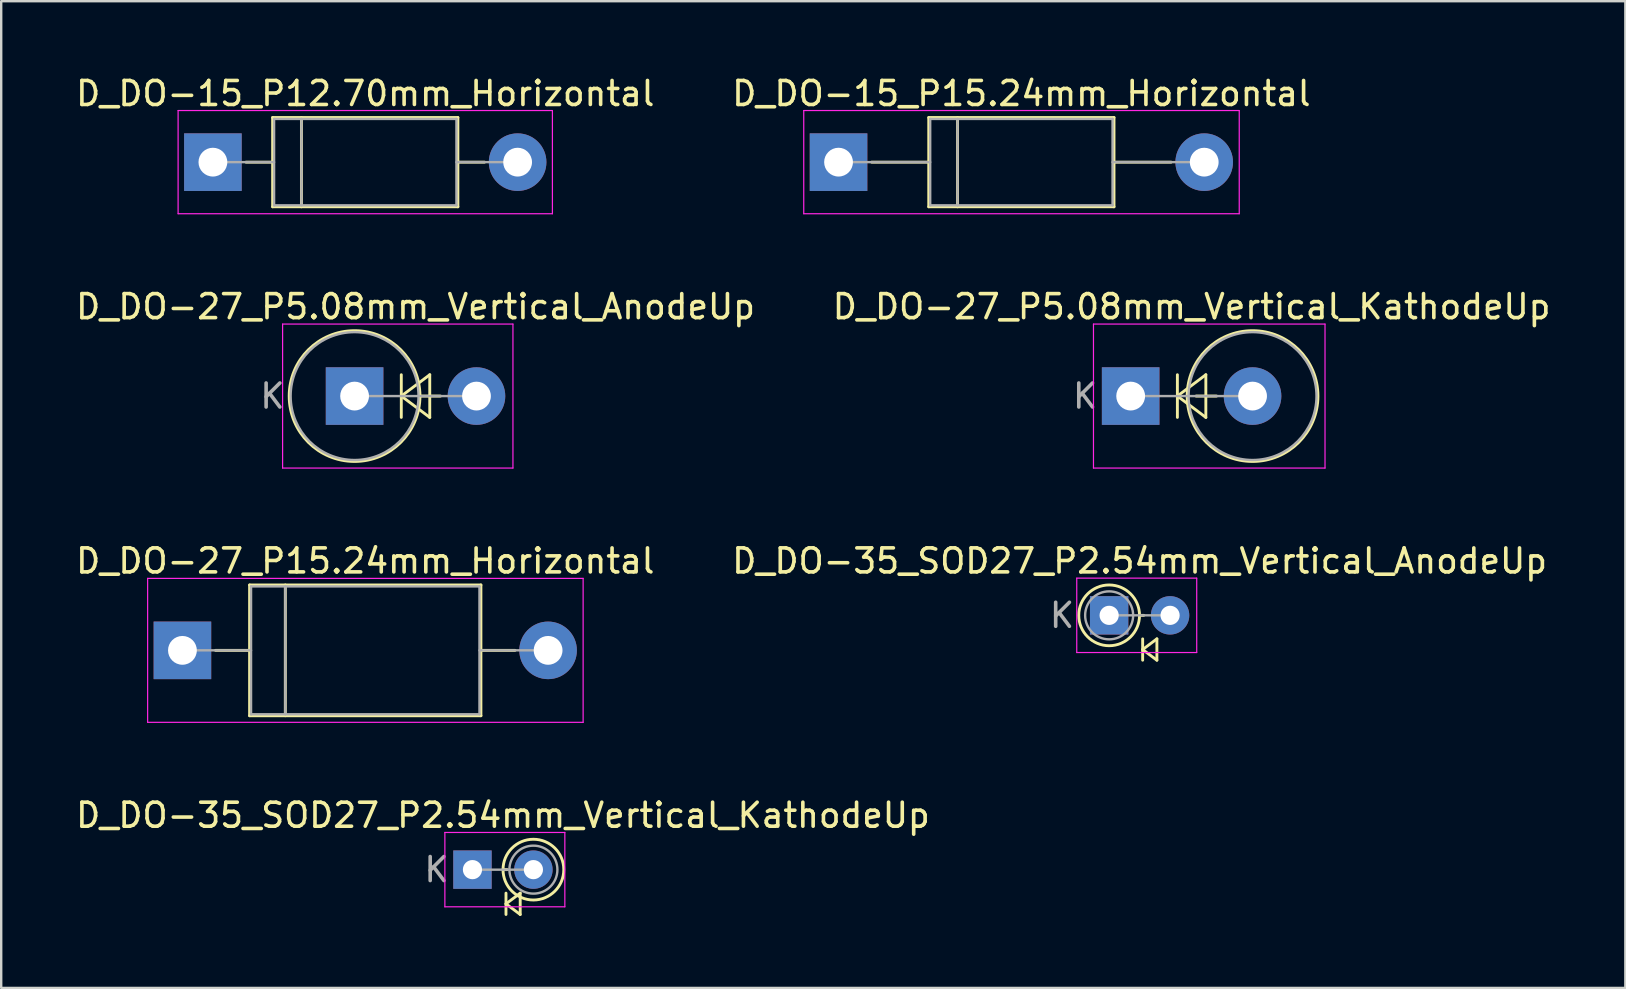
<source format=kicad_pcb>
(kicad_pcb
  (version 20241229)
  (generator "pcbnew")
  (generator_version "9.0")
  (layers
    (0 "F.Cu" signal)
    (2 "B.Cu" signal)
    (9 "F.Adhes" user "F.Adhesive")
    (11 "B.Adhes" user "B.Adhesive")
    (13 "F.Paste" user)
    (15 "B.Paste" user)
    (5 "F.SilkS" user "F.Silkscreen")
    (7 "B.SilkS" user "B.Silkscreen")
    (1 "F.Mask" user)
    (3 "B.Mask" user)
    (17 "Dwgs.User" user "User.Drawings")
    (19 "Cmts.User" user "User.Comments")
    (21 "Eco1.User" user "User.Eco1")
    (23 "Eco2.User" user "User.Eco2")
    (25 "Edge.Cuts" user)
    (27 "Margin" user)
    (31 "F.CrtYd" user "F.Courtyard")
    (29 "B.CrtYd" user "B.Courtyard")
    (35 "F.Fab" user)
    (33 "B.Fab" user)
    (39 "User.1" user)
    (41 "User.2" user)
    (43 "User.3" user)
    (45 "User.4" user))
  (footprint "D_DO-35_SOD27_P2.54mm_Vertical_AnodeUp"
    (layer "F.Cu")
    (at 43.176 22.596)
    (property "Reference" "D_DO-35_SOD27_P2.54mm_Vertical_AnodeUp" (at 1.27 -2.266 0) (layer "F.SilkS") (effects (font (size 1 1) (thickness 0.15))))
    (attr through_hole)
    (fp_line (start 1.266 0) (end 1.44 0) (stroke (width 0.12) (type solid)) (layer "F.SilkS"))
    (fp_line (start 1.397 0.98) (end 1.397 1.869) (stroke (width 0.12) (type solid)) (layer "F.SilkS"))
    (fp_line (start 1.397 1.425) (end 1.99 0.98) (stroke (width 0.12) (type solid)) (layer "F.SilkS"))
    (fp_line (start 1.99 0.98) (end 1.99 1.869) (stroke (width 0.12) (type solid)) (layer "F.SilkS"))
    (fp_line (start 1.99 1.869) (end 1.397 1.425) (stroke (width 0.12) (type solid)) (layer "F.SilkS"))
    (fp_circle (center 0 0) (end 1.266 0) (stroke (width 0.12) (type solid)) (fill no) (layer "F.SilkS"))
    (fp_line (start -1.35 -1.55) (end -1.35 1.55) (stroke (width 0.05) (type solid)) (layer "F.CrtYd"))
    (fp_line (start -1.35 1.55) (end 3.65 1.55) (stroke (width 0.05) (type solid)) (layer "F.CrtYd"))
    (fp_line (start 3.65 -1.55) (end -1.35 -1.55) (stroke (width 0.05) (type solid)) (layer "F.CrtYd"))
    (fp_line (start 3.65 1.55) (end 3.65 -1.55) (stroke (width 0.05) (type solid)) (layer "F.CrtYd"))
    (fp_line (start 0 0) (end 2.54 0) (stroke (width 0.1) (type solid)) (layer "F.Fab"))
    (fp_circle (center 0 0) (end 1 0) (stroke (width 0.1) (type solid)) (fill no) (layer "F.Fab"))
    (fp_text user "K" (at -1.966 0 0) (layer "F.Fab") (effects (font (size 1 1) (thickness 0.15))))
    (pad "1" thru_hole rect (at 0 0) (size 1.6 1.6) (drill 0.8) (layers "*.Cu" "*.Mask"))
    (pad "2" thru_hole oval (at 2.54 0) (size 1.6 1.6) (drill 0.8) (layers "*.Cu" "*.Mask")))
  (footprint "D_DO-27_P15.24mm_Horizontal"
    (layer "F.Cu")
    (at 4.553 24.055)
    (property "Reference" "D_DO-27_P15.24mm_Horizontal" (at 7.62 -3.725 0) (layer "F.SilkS") (effects (font (size 1 1) (thickness 0.15))))
    (attr through_hole)
    (fp_line (start 1.38 0) (end 2.8 0) (stroke (width 0.12) (type solid)) (layer "F.SilkS"))
    (fp_line (start 2.8 -2.725) (end 2.8 2.725) (stroke (width 0.12) (type solid)) (layer "F.SilkS"))
    (fp_line (start 2.8 2.725) (end 12.44 2.725) (stroke (width 0.12) (type solid)) (layer "F.SilkS"))
    (fp_line (start 4.288 -2.725) (end 4.288 2.725) (stroke (width 0.12) (type solid)) (layer "F.SilkS"))
    (fp_line (start 12.44 -2.725) (end 2.8 -2.725) (stroke (width 0.12) (type solid)) (layer "F.SilkS"))
    (fp_line (start 12.44 2.725) (end 12.44 -2.725) (stroke (width 0.12) (type solid)) (layer "F.SilkS"))
    (fp_line (start 13.86 0) (end 12.44 0) (stroke (width 0.12) (type solid)) (layer "F.SilkS"))
    (fp_line (start -1.45 -3) (end -1.45 3) (stroke (width 0.05) (type solid)) (layer "F.CrtYd"))
    (fp_line (start -1.45 3) (end 16.7 3) (stroke (width 0.05) (type solid)) (layer "F.CrtYd"))
    (fp_line (start 16.7 -3) (end -1.45 -3) (stroke (width 0.05) (type solid)) (layer "F.CrtYd"))
    (fp_line (start 16.7 3) (end 16.7 -3) (stroke (width 0.05) (type solid)) (layer "F.CrtYd"))
    (fp_line (start 0 0) (end 2.86 0) (stroke (width 0.1) (type solid)) (layer "F.Fab"))
    (fp_line (start 2.86 -2.665) (end 2.86 2.665) (stroke (width 0.1) (type solid)) (layer "F.Fab"))
    (fp_line (start 2.86 2.665) (end 12.38 2.665) (stroke (width 0.1) (type solid)) (layer "F.Fab"))
    (fp_line (start 4.288 -2.665) (end 4.288 2.665) (stroke (width 0.1) (type solid)) (layer "F.Fab"))
    (fp_line (start 12.38 -2.665) (end 2.86 -2.665) (stroke (width 0.1) (type solid)) (layer "F.Fab"))
    (fp_line (start 12.38 2.665) (end 12.38 -2.665) (stroke (width 0.1) (type solid)) (layer "F.Fab"))
    (fp_line (start 15.24 0) (end 12.38 0) (stroke (width 0.1) (type solid)) (layer "F.Fab"))
    (pad "1" thru_hole rect (at 0 0) (size 2.4 2.4) (drill 1.2) (layers "*.Cu" "*.Mask"))
    (pad "2" thru_hole oval (at 15.24 0) (size 2.4 2.4) (drill 1.2) (layers "*.Cu" "*.Mask")))
  (footprint "D_DO-27_P5.08mm_Vertical_AnodeUp"
    (layer "F.Cu")
    (at 11.728 13.457)
    (property "Reference" "D_DO-27_P5.08mm_Vertical_AnodeUp" (at 2.54 -3.725 0) (layer "F.SilkS") (effects (font (size 1 1) (thickness 0.15))))
    (attr through_hole)
    (fp_line (start 1.947 -0.889) (end 1.947 0.889) (stroke (width 0.12) (type solid)) (layer "F.SilkS"))
    (fp_line (start 1.947 0) (end 3.133 -0.889) (stroke (width 0.12) (type solid)) (layer "F.SilkS"))
    (fp_line (start 2.725 0) (end 3.58 0) (stroke (width 0.12) (type solid)) (layer "F.SilkS"))
    (fp_line (start 3.133 -0.889) (end 3.133 0.889) (stroke (width 0.12) (type solid)) (layer "F.SilkS"))
    (fp_line (start 3.133 0.889) (end 1.947 0) (stroke (width 0.12) (type solid)) (layer "F.SilkS"))
    (fp_circle (center 0 0) (end 2.725 0) (stroke (width 0.12) (type solid)) (fill no) (layer "F.SilkS"))
    (fp_line (start -3 -3) (end -3 3) (stroke (width 0.05) (type solid)) (layer "F.CrtYd"))
    (fp_line (start -3 3) (end 6.6 3) (stroke (width 0.05) (type solid)) (layer "F.CrtYd"))
    (fp_line (start 6.6 -3) (end -3 -3) (stroke (width 0.05) (type solid)) (layer "F.CrtYd"))
    (fp_line (start 6.6 3) (end 6.6 -3) (stroke (width 0.05) (type solid)) (layer "F.CrtYd"))
    (fp_line (start 0 0) (end 5.08 0) (stroke (width 0.1) (type solid)) (layer "F.Fab"))
    (fp_circle (center 0 0) (end 2.665 0) (stroke (width 0.1) (type solid)) (fill no) (layer "F.Fab"))
    (fp_text user "K" (at -3.425 0 0) (layer "F.Fab") (effects (font (size 1 1) (thickness 0.15))))
    (pad "1" thru_hole rect (at 0 0) (size 2.4 2.4) (drill 1.2) (layers "*.Cu" "*.Mask"))
    (pad "2" thru_hole oval (at 5.08 0) (size 2.4 2.4) (drill 1.2) (layers "*.Cu" "*.Mask")))
  (footprint "D_DO-15_P15.24mm_Horizontal"
    (layer "F.Cu")
    (at 31.898 3.708)
    (property "Reference" "D_DO-15_P15.24mm_Horizontal" (at 7.62 -2.86 0) (layer "F.SilkS") (effects (font (size 1 1) (thickness 0.15))))
    (attr through_hole)
    (fp_line (start 1.38 0) (end 3.76 0) (stroke (width 0.12) (type solid)) (layer "F.SilkS"))
    (fp_line (start 3.76 -1.86) (end 3.76 1.86) (stroke (width 0.12) (type solid)) (layer "F.SilkS"))
    (fp_line (start 3.76 1.86) (end 11.48 1.86) (stroke (width 0.12) (type solid)) (layer "F.SilkS"))
    (fp_line (start 4.96 -1.86) (end 4.96 1.86) (stroke (width 0.12) (type solid)) (layer "F.SilkS"))
    (fp_line (start 11.48 -1.86) (end 3.76 -1.86) (stroke (width 0.12) (type solid)) (layer "F.SilkS"))
    (fp_line (start 11.48 1.86) (end 11.48 -1.86) (stroke (width 0.12) (type solid)) (layer "F.SilkS"))
    (fp_line (start 13.86 0) (end 11.48 0) (stroke (width 0.12) (type solid)) (layer "F.SilkS"))
    (fp_line (start -1.45 -2.15) (end -1.45 2.15) (stroke (width 0.05) (type solid)) (layer "F.CrtYd"))
    (fp_line (start -1.45 2.15) (end 16.7 2.15) (stroke (width 0.05) (type solid)) (layer "F.CrtYd"))
    (fp_line (start 16.7 -2.15) (end -1.45 -2.15) (stroke (width 0.05) (type solid)) (layer "F.CrtYd"))
    (fp_line (start 16.7 2.15) (end 16.7 -2.15) (stroke (width 0.05) (type solid)) (layer "F.CrtYd"))
    (fp_line (start 0 0) (end 3.82 0) (stroke (width 0.1) (type solid)) (layer "F.Fab"))
    (fp_line (start 3.82 -1.8) (end 3.82 1.8) (stroke (width 0.1) (type solid)) (layer "F.Fab"))
    (fp_line (start 3.82 1.8) (end 11.42 1.8) (stroke (width 0.1) (type solid)) (layer "F.Fab"))
    (fp_line (start 4.96 -1.8) (end 4.96 1.8) (stroke (width 0.1) (type solid)) (layer "F.Fab"))
    (fp_line (start 11.42 -1.8) (end 3.82 -1.8) (stroke (width 0.1) (type solid)) (layer "F.Fab"))
    (fp_line (start 11.42 1.8) (end 11.42 -1.8) (stroke (width 0.1) (type solid)) (layer "F.Fab"))
    (fp_line (start 15.24 0) (end 11.42 0) (stroke (width 0.1) (type solid)) (layer "F.Fab"))
    (pad "1" thru_hole rect (at 0 0) (size 2.4 2.4) (drill 1.2) (layers "*.Cu" "*.Mask"))
    (pad "2" thru_hole oval (at 15.24 0) (size 2.4 2.4) (drill 1.2) (layers "*.Cu" "*.Mask")))
  (footprint "D_DO-15_P12.70mm_Horizontal"
    (layer "F.Cu")
    (at 5.823 3.708)
    (property "Reference" "D_DO-15_P12.70mm_Horizontal" (at 6.35 -2.86 0) (layer "F.SilkS") (effects (font (size 1 1) (thickness 0.15))))
    (attr through_hole)
    (fp_line (start 1.38 0) (end 2.49 0) (stroke (width 0.12) (type solid)) (layer "F.SilkS"))
    (fp_line (start 2.49 -1.86) (end 2.49 1.86) (stroke (width 0.12) (type solid)) (layer "F.SilkS"))
    (fp_line (start 2.49 1.86) (end 10.21 1.86) (stroke (width 0.12) (type solid)) (layer "F.SilkS"))
    (fp_line (start 3.69 -1.86) (end 3.69 1.86) (stroke (width 0.12) (type solid)) (layer "F.SilkS"))
    (fp_line (start 10.21 -1.86) (end 2.49 -1.86) (stroke (width 0.12) (type solid)) (layer "F.SilkS"))
    (fp_line (start 10.21 1.86) (end 10.21 -1.86) (stroke (width 0.12) (type solid)) (layer "F.SilkS"))
    (fp_line (start 11.32 0) (end 10.21 0) (stroke (width 0.12) (type solid)) (layer "F.SilkS"))
    (fp_line (start -1.45 -2.15) (end -1.45 2.15) (stroke (width 0.05) (type solid)) (layer "F.CrtYd"))
    (fp_line (start -1.45 2.15) (end 14.15 2.15) (stroke (width 0.05) (type solid)) (layer "F.CrtYd"))
    (fp_line (start 14.15 -2.15) (end -1.45 -2.15) (stroke (width 0.05) (type solid)) (layer "F.CrtYd"))
    (fp_line (start 14.15 2.15) (end 14.15 -2.15) (stroke (width 0.05) (type solid)) (layer "F.CrtYd"))
    (fp_line (start 0 0) (end 2.55 0) (stroke (width 0.1) (type solid)) (layer "F.Fab"))
    (fp_line (start 2.55 -1.8) (end 2.55 1.8) (stroke (width 0.1) (type solid)) (layer "F.Fab"))
    (fp_line (start 2.55 1.8) (end 10.15 1.8) (stroke (width 0.1) (type solid)) (layer "F.Fab"))
    (fp_line (start 3.69 -1.8) (end 3.69 1.8) (stroke (width 0.1) (type solid)) (layer "F.Fab"))
    (fp_line (start 10.15 -1.8) (end 2.55 -1.8) (stroke (width 0.1) (type solid)) (layer "F.Fab"))
    (fp_line (start 10.15 1.8) (end 10.15 -1.8) (stroke (width 0.1) (type solid)) (layer "F.Fab"))
    (fp_line (start 12.7 0) (end 10.15 0) (stroke (width 0.1) (type solid)) (layer "F.Fab"))
    (pad "1" thru_hole rect (at 0 0) (size 2.4 2.4) (drill 1.2) (layers "*.Cu" "*.Mask"))
    (pad "2" thru_hole oval (at 12.7 0) (size 2.4 2.4) (drill 1.2) (layers "*.Cu" "*.Mask")))
  (footprint "D_DO-35_SOD27_P2.54mm_Vertical_KathodeUp"
    (layer "F.Cu")
    (at 16.641 33.194)
    (property "Reference" "D_DO-35_SOD27_P2.54mm_Vertical_KathodeUp" (at 1.27 -2.266 0) (layer "F.SilkS") (effects (font (size 1 1) (thickness 0.15))))
    (attr through_hole)
    (fp_line (start 1.266 0) (end 1.44 0) (stroke (width 0.12) (type solid)) (layer "F.SilkS"))
    (fp_line (start 1.397 0.98) (end 1.397 1.869) (stroke (width 0.12) (type solid)) (layer "F.SilkS"))
    (fp_line (start 1.397 1.425) (end 1.99 0.98) (stroke (width 0.12) (type solid)) (layer "F.SilkS"))
    (fp_line (start 1.99 0.98) (end 1.99 1.869) (stroke (width 0.12) (type solid)) (layer "F.SilkS"))
    (fp_line (start 1.99 1.869) (end 1.397 1.425) (stroke (width 0.12) (type solid)) (layer "F.SilkS"))
    (fp_circle (center 2.54 0) (end 3.806 0) (stroke (width 0.12) (type solid)) (fill no) (layer "F.SilkS"))
    (fp_line (start -1.15 -1.55) (end -1.15 1.55) (stroke (width 0.05) (type solid)) (layer "F.CrtYd"))
    (fp_line (start -1.15 1.55) (end 3.85 1.55) (stroke (width 0.05) (type solid)) (layer "F.CrtYd"))
    (fp_line (start 3.85 -1.55) (end -1.15 -1.55) (stroke (width 0.05) (type solid)) (layer "F.CrtYd"))
    (fp_line (start 3.85 1.55) (end 3.85 -1.55) (stroke (width 0.05) (type solid)) (layer "F.CrtYd"))
    (fp_line (start 0 0) (end 2.54 0) (stroke (width 0.1) (type solid)) (layer "F.Fab"))
    (fp_circle (center 2.54 0) (end 3.54 0) (stroke (width 0.1) (type solid)) (fill no) (layer "F.Fab"))
    (fp_text user "K" (at -1.5 0 0) (layer "F.Fab") (effects (font (size 1 1) (thickness 0.15))))
    (pad "1" thru_hole rect (at 0 0) (size 1.6 1.6) (drill 0.8) (layers "*.Cu" "*.Mask"))
    (pad "2" thru_hole oval (at 2.54 0) (size 1.6 1.6) (drill 0.8) (layers "*.Cu" "*.Mask")))
  (footprint "D_DO-27_P5.08mm_Vertical_KathodeUp"
    (layer "F.Cu")
    (at 44.073 13.457)
    (property "Reference" "D_DO-27_P5.08mm_Vertical_KathodeUp" (at 2.54 -3.725 0) (layer "F.SilkS") (effects (font (size 1 1) (thickness 0.15))))
    (attr through_hole)
    (fp_line (start 1.947 -0.889) (end 1.947 0.889) (stroke (width 0.12) (type solid)) (layer "F.SilkS"))
    (fp_line (start 1.947 0) (end 3.133 -0.889) (stroke (width 0.12) (type solid)) (layer "F.SilkS"))
    (fp_line (start 2.725 0) (end 3.58 0) (stroke (width 0.12) (type solid)) (layer "F.SilkS"))
    (fp_line (start 3.133 -0.889) (end 3.133 0.889) (stroke (width 0.12) (type solid)) (layer "F.SilkS"))
    (fp_line (start 3.133 0.889) (end 1.947 0) (stroke (width 0.12) (type solid)) (layer "F.SilkS"))
    (fp_circle (center 5.08 0) (end 7.805 0) (stroke (width 0.12) (type solid)) (fill no) (layer "F.SilkS"))
    (fp_line (start -1.55 -3) (end -1.55 3) (stroke (width 0.05) (type solid)) (layer "F.CrtYd"))
    (fp_line (start -1.55 3) (end 8.1 3) (stroke (width 0.05) (type solid)) (layer "F.CrtYd"))
    (fp_line (start 8.1 -3) (end -1.55 -3) (stroke (width 0.05) (type solid)) (layer "F.CrtYd"))
    (fp_line (start 8.1 3) (end 8.1 -3) (stroke (width 0.05) (type solid)) (layer "F.CrtYd"))
    (fp_line (start 0 0) (end 5.08 0) (stroke (width 0.1) (type solid)) (layer "F.Fab"))
    (fp_circle (center 5.08 0) (end 7.745 0) (stroke (width 0.1) (type solid)) (fill no) (layer "F.Fab"))
    (fp_text user "K" (at -1.9 0 0) (layer "F.Fab") (effects (font (size 1 1) (thickness 0.15))))
    (pad "1" thru_hole rect (at 0 0) (size 2.4 2.4) (drill 1.2) (layers "*.Cu" "*.Mask"))
    (pad "2" thru_hole oval (at 5.08 0) (size 2.4 2.4) (drill 1.2) (layers "*.Cu" "*.Mask")))
  (gr_rect
    (start -3 -3)
    (end 64.69 38.123)
    (stroke (width 0.1) (type default))
    (fill no)
    (layer "Edge.Cuts")))
</source>
